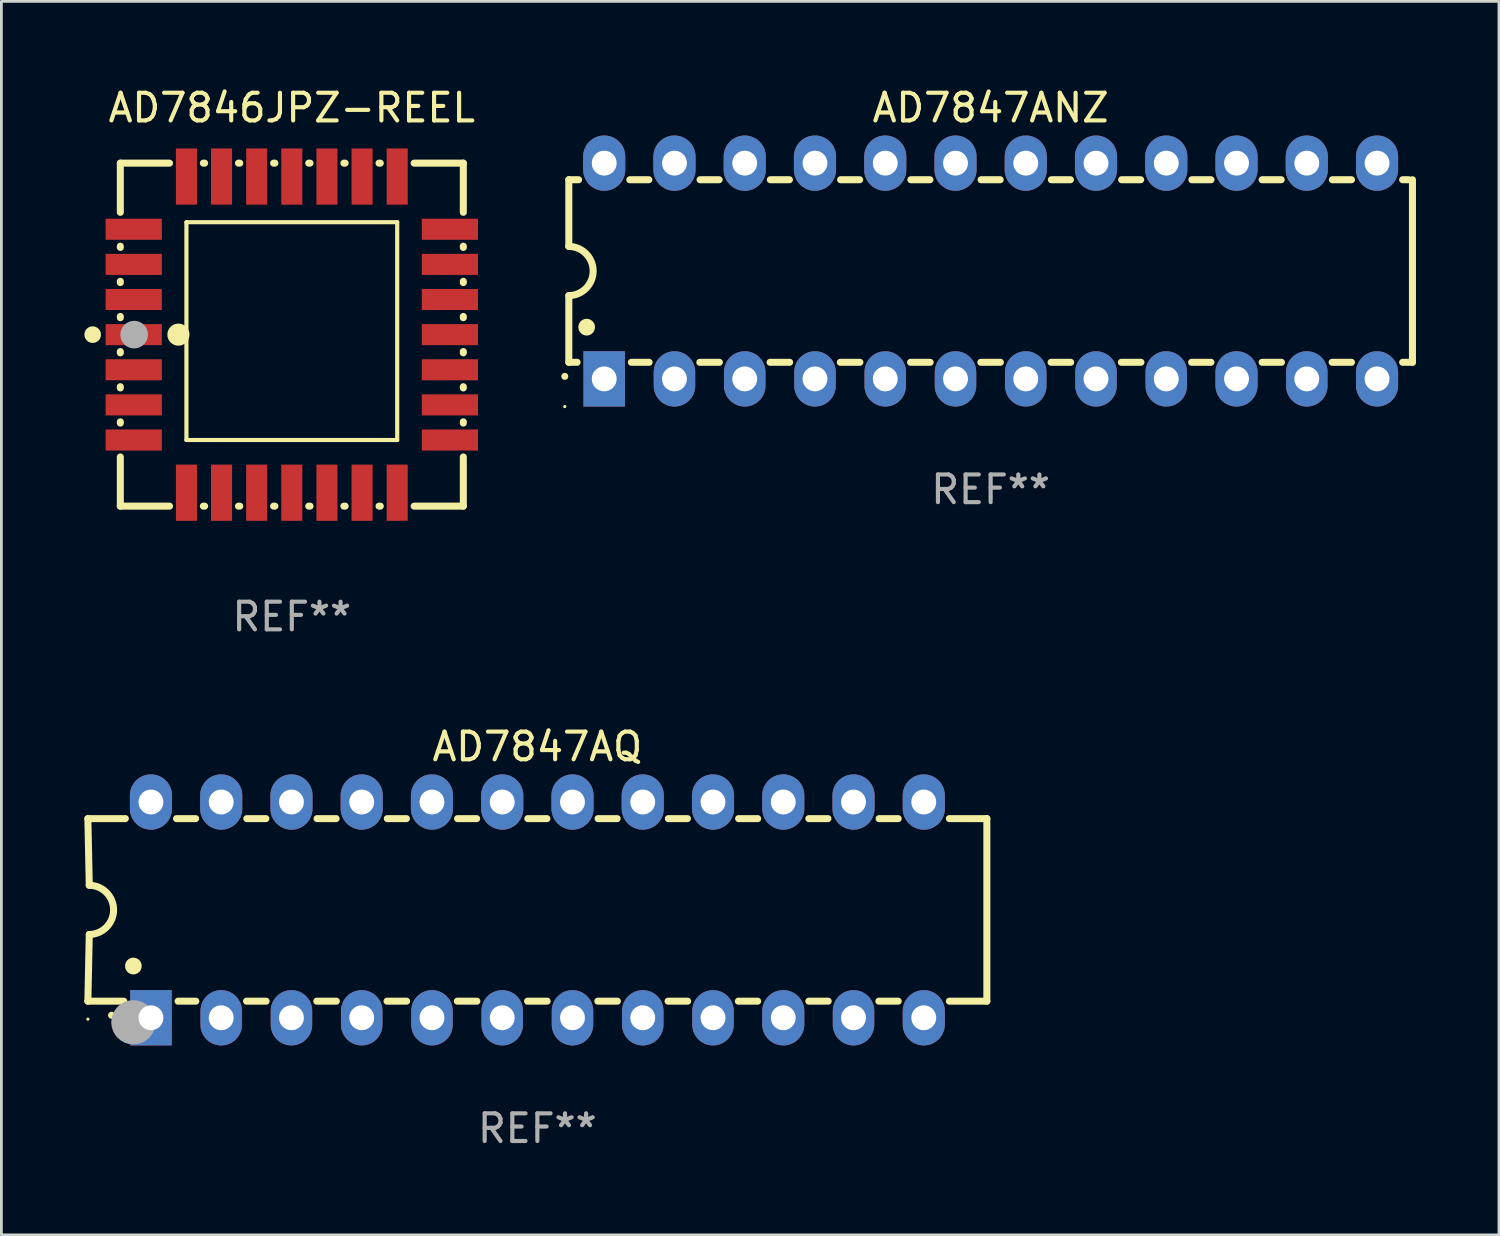
<source format=kicad_pcb>
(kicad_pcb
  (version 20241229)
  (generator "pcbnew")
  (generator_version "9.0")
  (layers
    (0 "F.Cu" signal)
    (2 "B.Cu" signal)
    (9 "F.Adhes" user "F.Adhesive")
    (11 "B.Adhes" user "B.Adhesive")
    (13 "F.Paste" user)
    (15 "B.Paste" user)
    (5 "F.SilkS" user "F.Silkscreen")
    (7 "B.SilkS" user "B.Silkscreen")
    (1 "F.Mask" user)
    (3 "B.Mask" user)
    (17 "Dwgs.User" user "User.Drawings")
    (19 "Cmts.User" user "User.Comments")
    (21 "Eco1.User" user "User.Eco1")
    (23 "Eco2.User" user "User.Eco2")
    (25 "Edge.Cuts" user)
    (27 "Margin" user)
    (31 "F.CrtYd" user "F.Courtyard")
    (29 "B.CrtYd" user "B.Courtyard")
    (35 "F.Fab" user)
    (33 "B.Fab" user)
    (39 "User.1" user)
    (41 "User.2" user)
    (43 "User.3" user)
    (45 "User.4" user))
  (footprint "AD7846JPZ-REEL"
    (layer "F.Cu")
    (at 7.5 9.048)
    (property "Reference" "AD7846JPZ-REEL" (at 0 -8.2 0) (layer "F.SilkS") (effects (font (size 1 1) (thickness 0.15))))
    (attr through_hole)
    (fp_line (start -6.2 -6.2) (end -4.422 -6.2) (stroke (width 0.254) (type solid)) (layer "F.SilkS"))
    (fp_line (start -6.2 -4.422) (end -6.2 -6.2) (stroke (width 0.254) (type solid)) (layer "F.SilkS"))
    (fp_line (start -6.2 -3.152) (end -6.2 -3.198) (stroke (width 0.254) (type solid)) (layer "F.SilkS"))
    (fp_line (start -6.2 -1.882) (end -6.2 -1.928) (stroke (width 0.254) (type solid)) (layer "F.SilkS"))
    (fp_line (start -6.2 -0.612) (end -6.2 -0.658) (stroke (width 0.254) (type solid)) (layer "F.SilkS"))
    (fp_line (start -6.2 0.658) (end -6.2 0.612) (stroke (width 0.254) (type solid)) (layer "F.SilkS"))
    (fp_line (start -6.2 1.928) (end -6.2 1.882) (stroke (width 0.254) (type solid)) (layer "F.SilkS"))
    (fp_line (start -6.2 3.198) (end -6.2 3.152) (stroke (width 0.254) (type solid)) (layer "F.SilkS"))
    (fp_line (start -6.2 6.2) (end -6.2 4.422) (stroke (width 0.254) (type solid)) (layer "F.SilkS"))
    (fp_line (start -4.422 6.2) (end -6.2 6.2) (stroke (width 0.254) (type solid)) (layer "F.SilkS"))
    (fp_line (start -3.81 -4.064) (end 3.81 -4.064) (stroke (width 0.15) (type solid)) (layer "F.SilkS"))
    (fp_line (start -3.81 3.81) (end -3.81 -4.064) (stroke (width 0.15) (type solid)) (layer "F.SilkS"))
    (fp_line (start -3.198 -6.2) (end -3.152 -6.2) (stroke (width 0.254) (type solid)) (layer "F.SilkS"))
    (fp_line (start -3.152 6.2) (end -3.198 6.2) (stroke (width 0.254) (type solid)) (layer "F.SilkS"))
    (fp_line (start -2.54 3.81) (end -3.81 3.81) (stroke (width 0.15) (type solid)) (layer "F.SilkS"))
    (fp_line (start -1.928 -6.2) (end -1.882 -6.2) (stroke (width 0.254) (type solid)) (layer "F.SilkS"))
    (fp_line (start -1.882 6.2) (end -1.928 6.2) (stroke (width 0.254) (type solid)) (layer "F.SilkS"))
    (fp_line (start -0.658 -6.2) (end -0.612 -6.2) (stroke (width 0.254) (type solid)) (layer "F.SilkS"))
    (fp_line (start -0.612 6.2) (end -0.658 6.2) (stroke (width 0.254) (type solid)) (layer "F.SilkS"))
    (fp_line (start 0.612 -6.2) (end 0.658 -6.2) (stroke (width 0.254) (type solid)) (layer "F.SilkS"))
    (fp_line (start 0.658 6.2) (end 0.612 6.2) (stroke (width 0.254) (type solid)) (layer "F.SilkS"))
    (fp_line (start 1.882 -6.2) (end 1.928 -6.2) (stroke (width 0.254) (type solid)) (layer "F.SilkS"))
    (fp_line (start 1.928 6.2) (end 1.882 6.2) (stroke (width 0.254) (type solid)) (layer "F.SilkS"))
    (fp_line (start 3.152 -6.2) (end 3.198 -6.2) (stroke (width 0.254) (type solid)) (layer "F.SilkS"))
    (fp_line (start 3.198 6.2) (end 3.152 6.2) (stroke (width 0.254) (type solid)) (layer "F.SilkS"))
    (fp_line (start 3.81 -4.064) (end 3.81 3.81) (stroke (width 0.15) (type solid)) (layer "F.SilkS"))
    (fp_line (start 3.81 3.81) (end -2.54 3.81) (stroke (width 0.15) (type solid)) (layer "F.SilkS"))
    (fp_line (start 4.422 -6.2) (end 6.2 -6.2) (stroke (width 0.254) (type solid)) (layer "F.SilkS"))
    (fp_line (start 6.2 -6.2) (end 6.2 -4.422) (stroke (width 0.254) (type solid)) (layer "F.SilkS"))
    (fp_line (start 6.2 -3.198) (end 6.2 -3.152) (stroke (width 0.254) (type solid)) (layer "F.SilkS"))
    (fp_line (start 6.2 -1.928) (end 6.2 -1.882) (stroke (width 0.254) (type solid)) (layer "F.SilkS"))
    (fp_line (start 6.2 -0.658) (end 6.2 -0.612) (stroke (width 0.254) (type solid)) (layer "F.SilkS"))
    (fp_line (start 6.2 0.612) (end 6.2 0.658) (stroke (width 0.254) (type solid)) (layer "F.SilkS"))
    (fp_line (start 6.2 1.882) (end 6.2 1.928) (stroke (width 0.254) (type solid)) (layer "F.SilkS"))
    (fp_line (start 6.2 3.152) (end 6.2 3.198) (stroke (width 0.254) (type solid)) (layer "F.SilkS"))
    (fp_line (start 6.2 4.422) (end 6.2 6.2) (stroke (width 0.254) (type solid)) (layer "F.SilkS"))
    (fp_line (start 6.2 6.2) (end 4.422 6.2) (stroke (width 0.254) (type solid)) (layer "F.SilkS"))
    (fp_circle (center -7.2 0) (end -7.05 0) (stroke (width 0.3) (type solid)) (fill no) (layer "F.SilkS"))
    (fp_circle (center -6.223 6.223) (end -6.193 6.223) (stroke (width 0.06) (type solid)) (fill no) (layer "F.SilkS"))
    (fp_circle (center -4.1 0) (end -3.9 0) (stroke (width 0.4) (type solid)) (fill no) (layer "F.SilkS"))
    (fp_circle (center -5.7 0) (end -5.45 0) (stroke (width 0.5) (type solid)) (fill no) (layer "F.Fab"))
    (fp_text user "REF**" (at 0 10.2 0) (layer "F.Fab") (effects (font (size 1 1) (thickness 0.15))))
    (pad "1" smd rect (at -5.715 0) (size 2.032 0.762) (layers "F.Cu" "F.Mask" "F.Paste"))
    (pad "2" smd rect (at -5.715 1.27) (size 2.032 0.762) (layers "F.Cu" "F.Mask" "F.Paste"))
    (pad "3" smd rect (at -5.715 2.54) (size 2.032 0.762) (layers "F.Cu" "F.Mask" "F.Paste"))
    (pad "4" smd rect (at -5.715 3.81) (size 2.032 0.762) (layers "F.Cu" "F.Mask" "F.Paste"))
    (pad "5" smd rect (at -3.81 5.715) (size 0.762 2.032) (layers "F.Cu" "F.Mask" "F.Paste"))
    (pad "6" smd rect (at -2.54 5.715) (size 0.762 2.032) (layers "F.Cu" "F.Mask" "F.Paste"))
    (pad "7" smd rect (at -1.27 5.715) (size 0.762 2.032) (layers "F.Cu" "F.Mask" "F.Paste"))
    (pad "8" smd rect (at 0 5.715) (size 0.762 2.032) (layers "F.Cu" "F.Mask" "F.Paste"))
    (pad "9" smd rect (at 1.27 5.715) (size 0.762 2.032) (layers "F.Cu" "F.Mask" "F.Paste"))
    (pad "10" smd rect (at 2.54 5.715) (size 0.762 2.032) (layers "F.Cu" "F.Mask" "F.Paste"))
    (pad "11" smd rect (at 3.81 5.715) (size 0.762 2.032) (layers "F.Cu" "F.Mask" "F.Paste"))
    (pad "12" smd rect (at 5.715 3.81) (size 2.032 0.762) (layers "F.Cu" "F.Mask" "F.Paste"))
    (pad "13" smd rect (at 5.715 2.54) (size 2.032 0.762) (layers "F.Cu" "F.Mask" "F.Paste"))
    (pad "14" smd rect (at 5.715 1.27) (size 2.032 0.762) (layers "F.Cu" "F.Mask" "F.Paste"))
    (pad "15" smd rect (at 5.715 0) (size 2.032 0.762) (layers "F.Cu" "F.Mask" "F.Paste"))
    (pad "16" smd rect (at 5.715 -1.27) (size 2.032 0.762) (layers "F.Cu" "F.Mask" "F.Paste"))
    (pad "17" smd rect (at 5.715 -2.54) (size 2.032 0.762) (layers "F.Cu" "F.Mask" "F.Paste"))
    (pad "18" smd rect (at 5.715 -3.81) (size 2.032 0.762) (layers "F.Cu" "F.Mask" "F.Paste"))
    (pad "19" smd rect (at 3.81 -5.715) (size 0.762 2.032) (layers "F.Cu" "F.Mask" "F.Paste"))
    (pad "20" smd rect (at 2.54 -5.715) (size 0.762 2.032) (layers "F.Cu" "F.Mask" "F.Paste"))
    (pad "21" smd rect (at 1.27 -5.715) (size 0.762 2.032) (layers "F.Cu" "F.Mask" "F.Paste"))
    (pad "22" smd rect (at 0 -5.715) (size 0.762 2.032) (layers "F.Cu" "F.Mask" "F.Paste"))
    (pad "23" smd rect (at -1.27 -5.715) (size 0.762 2.032) (layers "F.Cu" "F.Mask" "F.Paste"))
    (pad "24" smd rect (at -2.54 -5.715) (size 0.762 2.032) (layers "F.Cu" "F.Mask" "F.Paste"))
    (pad "25" smd rect (at -3.81 -5.715) (size 0.762 2.032) (layers "F.Cu" "F.Mask" "F.Paste"))
    (pad "26" smd rect (at -5.715 -3.81) (size 2.032 0.762) (layers "F.Cu" "F.Mask" "F.Paste"))
    (pad "27" smd rect (at -5.715 -2.54) (size 2.032 0.762) (layers "F.Cu" "F.Mask" "F.Paste"))
    (pad "28" smd rect (at -5.715 -1.27) (size 2.032 0.762) (layers "F.Cu" "F.Mask" "F.Paste")))
  (footprint "AD7847ANZ"
    (layer "F.Cu")
    (at 32.764 6.748)
    (property "Reference" "AD7847ANZ" (at 0 -5.9 0) (layer "F.SilkS") (effects (font (size 1 1) (thickness 0.15))))
    (attr through_hole)
    (fp_line (start -15.25 -3.3) (end -15.25 -0.889) (stroke (width 0.254) (type solid)) (layer "F.SilkS"))
    (fp_line (start -15.25 -3.3) (end -14.895 -3.3) (stroke (width 0.254) (type solid)) (layer "F.SilkS"))
    (fp_line (start -15.25 3.3) (end -15.25 0.889) (stroke (width 0.254) (type solid)) (layer "F.SilkS"))
    (fp_line (start -15.25 3.3) (end -14.951 3.3) (stroke (width 0.254) (type solid)) (layer "F.SilkS"))
    (fp_line (start -13.045 -3.3) (end -12.355 -3.3) (stroke (width 0.254) (type solid)) (layer "F.SilkS"))
    (fp_line (start -12.989 3.3) (end -12.347 3.3) (stroke (width 0.254) (type solid)) (layer "F.SilkS"))
    (fp_line (start -10.514 3.3) (end -9.807 3.3) (stroke (width 0.254) (type solid)) (layer "F.SilkS"))
    (fp_line (start -10.505 -3.3) (end -9.815 -3.3) (stroke (width 0.254) (type solid)) (layer "F.SilkS"))
    (fp_line (start -7.974 3.3) (end -7.267 3.3) (stroke (width 0.254) (type solid)) (layer "F.SilkS"))
    (fp_line (start -7.965 -3.3) (end -7.275 -3.3) (stroke (width 0.254) (type solid)) (layer "F.SilkS"))
    (fp_line (start -5.434 3.3) (end -4.727 3.3) (stroke (width 0.254) (type solid)) (layer "F.SilkS"))
    (fp_line (start -5.425 -3.3) (end -4.735 -3.3) (stroke (width 0.254) (type solid)) (layer "F.SilkS"))
    (fp_line (start -2.894 3.3) (end -2.187 3.3) (stroke (width 0.254) (type solid)) (layer "F.SilkS"))
    (fp_line (start -2.885 -3.3) (end -2.195 -3.3) (stroke (width 0.254) (type solid)) (layer "F.SilkS"))
    (fp_line (start -0.354 3.3) (end 0.353 3.3) (stroke (width 0.254) (type solid)) (layer "F.SilkS"))
    (fp_line (start -0.345 -3.3) (end 0.345 -3.3) (stroke (width 0.254) (type solid)) (layer "F.SilkS"))
    (fp_line (start 2.186 3.3) (end 2.893 3.3) (stroke (width 0.254) (type solid)) (layer "F.SilkS"))
    (fp_line (start 2.195 -3.3) (end 2.885 -3.3) (stroke (width 0.254) (type solid)) (layer "F.SilkS"))
    (fp_line (start 4.726 3.3) (end 5.434 3.3) (stroke (width 0.254) (type solid)) (layer "F.SilkS"))
    (fp_line (start 4.735 -3.3) (end 5.425 -3.3) (stroke (width 0.254) (type solid)) (layer "F.SilkS"))
    (fp_line (start 7.266 3.3) (end 7.965 3.3) (stroke (width 0.254) (type solid)) (layer "F.SilkS"))
    (fp_line (start 7.275 -3.3) (end 7.965 -3.3) (stroke (width 0.254) (type solid)) (layer "F.SilkS"))
    (fp_line (start 9.815 -3.3) (end 10.505 -3.3) (stroke (width 0.254) (type solid)) (layer "F.SilkS"))
    (fp_line (start 9.815 3.3) (end 10.514 3.3) (stroke (width 0.254) (type solid)) (layer "F.SilkS"))
    (fp_line (start 12.346 3.3) (end 13.045 3.3) (stroke (width 0.254) (type solid)) (layer "F.SilkS"))
    (fp_line (start 12.355 -3.3) (end 13.045 -3.3) (stroke (width 0.254) (type solid)) (layer "F.SilkS"))
    (fp_line (start 14.895 -3.3) (end 15.113 -3.3) (stroke (width 0.254) (type solid)) (layer "F.SilkS"))
    (fp_line (start 14.895 3.3) (end 15.25 3.3) (stroke (width 0.254) (type solid)) (layer "F.SilkS"))
    (fp_line (start 15.25 -3.3) (end 15.25 3.3) (stroke (width 0.254) (type solid)) (layer "F.SilkS"))
    (fp_arc (start -15.394971 3.810033) (mid -15.394978 3.808763) (end -15.394971 3.807493) (stroke (width 0.25) (type solid)) (layer "F.SilkS"))
    (fp_arc (start -15.251053 -0.890146) (mid -14.361467 -0.001067) (end -15.250038 0.889027) (stroke (width 0.254001) (type solid)) (layer "F.SilkS"))
    (fp_arc (start -14.605029 2.032029) (mid -14.60504 2.029489) (end -14.605029 2.026949) (stroke (width 0.6) (type solid)) (layer "F.SilkS"))
    (fp_circle (center -15.395 4.9) (end -15.365 4.9) (stroke (width 0.06) (type solid)) (fill no) (layer "F.SilkS"))
    (fp_text user "REF**" (at 0 7.9 0) (layer "F.Fab") (effects (font (size 1 1) (thickness 0.15))))
    (pad "1" thru_hole rect (at -13.97 3.9 90) (size 2 1.5) (drill 0.9) (layers "*.Cu" "*.Mask"))
    (pad "2" thru_hole oval (at -11.43 3.9 90) (size 2 1.5) (drill 0.9) (layers "*.Cu" "*.Mask"))
    (pad "3" thru_hole oval (at -8.89 3.9 90) (size 2 1.5) (drill 0.9) (layers "*.Cu" "*.Mask"))
    (pad "4" thru_hole oval (at -6.35 3.9 90) (size 2 1.5) (drill 0.9) (layers "*.Cu" "*.Mask"))
    (pad "5" thru_hole oval (at -3.81 3.9 90) (size 2 1.5) (drill 0.9) (layers "*.Cu" "*.Mask"))
    (pad "6" thru_hole oval (at -1.27 3.9 90) (size 2 1.5) (drill 0.9) (layers "*.Cu" "*.Mask"))
    (pad "7" thru_hole oval (at 1.27 3.9 90) (size 2 1.5) (drill 0.9) (layers "*.Cu" "*.Mask"))
    (pad "8" thru_hole oval (at 3.81 3.9 90) (size 2 1.5) (drill 0.9) (layers "*.Cu" "*.Mask"))
    (pad "9" thru_hole oval (at 6.35 3.9 90) (size 2 1.5) (drill 0.9) (layers "*.Cu" "*.Mask"))
    (pad "10" thru_hole oval (at 8.89 3.9 90) (size 2 1.524) (drill 0.9) (layers "*.Cu" "*.Mask"))
    (pad "11" thru_hole oval (at 11.43 3.9 90) (size 2 1.5) (drill 0.9) (layers "*.Cu" "*.Mask"))
    (pad "12" thru_hole oval (at 13.97 3.9 90) (size 2 1.524) (drill 0.9) (layers "*.Cu" "*.Mask"))
    (pad "13" thru_hole oval (at 13.97 -3.9 90) (size 2 1.524) (drill 0.9) (layers "*.Cu" "*.Mask"))
    (pad "14" thru_hole oval (at 11.43 -3.9 90) (size 2 1.524) (drill 0.9) (layers "*.Cu" "*.Mask"))
    (pad "15" thru_hole oval (at 8.89 -3.9 90) (size 2 1.524) (drill 0.9) (layers "*.Cu" "*.Mask"))
    (pad "16" thru_hole oval (at 6.35 -3.9 90) (size 2 1.524) (drill 0.9) (layers "*.Cu" "*.Mask"))
    (pad "17" thru_hole oval (at 3.81 -3.9 90) (size 2 1.524) (drill 0.9) (layers "*.Cu" "*.Mask"))
    (pad "18" thru_hole oval (at 1.27 -3.9 90) (size 2 1.524) (drill 0.9) (layers "*.Cu" "*.Mask"))
    (pad "19" thru_hole oval (at -1.27 -3.9 90) (size 2 1.524) (drill 0.9) (layers "*.Cu" "*.Mask"))
    (pad "20" thru_hole oval (at -3.81 -3.9 90) (size 2 1.524) (drill 0.9) (layers "*.Cu" "*.Mask"))
    (pad "21" thru_hole oval (at -6.35 -3.9 90) (size 2 1.524) (drill 0.9) (layers "*.Cu" "*.Mask"))
    (pad "22" thru_hole oval (at -8.89 -3.9 90) (size 2 1.524) (drill 0.9) (layers "*.Cu" "*.Mask"))
    (pad "23" thru_hole oval (at -11.43 -3.9 90) (size 2 1.524) (drill 0.9) (layers "*.Cu" "*.Mask"))
    (pad "24" thru_hole oval (at -13.97 -3.9 90) (size 2 1.524) (drill 0.9) (layers "*.Cu" "*.Mask")))
  (footprint "AD7847AQ"
    (layer "F.Cu")
    (at 16.377 29.845)
    (property "Reference" "AD7847AQ" (at 0 -5.9 0) (layer "F.SilkS") (effects (font (size 1 1) (thickness 0.15))))
    (attr through_hole)
    (fp_line (start -16.25 -3.3) (end -16.2 -0.889) (stroke (width 0.254) (type solid)) (layer "F.SilkS"))
    (fp_line (start -16.25 -3.3) (end -14.895 -3.3) (stroke (width 0.254) (type solid)) (layer "F.SilkS"))
    (fp_line (start -16.25 3.3) (end -16.2 0.889) (stroke (width 0.254) (type solid)) (layer "F.SilkS"))
    (fp_line (start -16.25 3.3) (end -14.951 3.3) (stroke (width 0.254) (type solid)) (layer "F.SilkS"))
    (fp_line (start -13.045 -3.3) (end -12.355 -3.3) (stroke (width 0.254) (type solid)) (layer "F.SilkS"))
    (fp_line (start -12.989 3.3) (end -12.347 3.3) (stroke (width 0.254) (type solid)) (layer "F.SilkS"))
    (fp_line (start -10.514 3.3) (end -9.807 3.3) (stroke (width 0.254) (type solid)) (layer "F.SilkS"))
    (fp_line (start -10.505 -3.3) (end -9.815 -3.3) (stroke (width 0.254) (type solid)) (layer "F.SilkS"))
    (fp_line (start -7.974 3.3) (end -7.267 3.3) (stroke (width 0.254) (type solid)) (layer "F.SilkS"))
    (fp_line (start -7.965 -3.3) (end -7.275 -3.3) (stroke (width 0.254) (type solid)) (layer "F.SilkS"))
    (fp_line (start -5.434 3.3) (end -4.727 3.3) (stroke (width 0.254) (type solid)) (layer "F.SilkS"))
    (fp_line (start -5.425 -3.3) (end -4.735 -3.3) (stroke (width 0.254) (type solid)) (layer "F.SilkS"))
    (fp_line (start -2.894 3.3) (end -2.187 3.3) (stroke (width 0.254) (type solid)) (layer "F.SilkS"))
    (fp_line (start -2.885 -3.3) (end -2.195 -3.3) (stroke (width 0.254) (type solid)) (layer "F.SilkS"))
    (fp_line (start -0.354 3.3) (end 0.353 3.3) (stroke (width 0.254) (type solid)) (layer "F.SilkS"))
    (fp_line (start -0.345 -3.3) (end 0.345 -3.3) (stroke (width 0.254) (type solid)) (layer "F.SilkS"))
    (fp_line (start 2.186 3.3) (end 2.893 3.3) (stroke (width 0.254) (type solid)) (layer "F.SilkS"))
    (fp_line (start 2.195 -3.3) (end 2.885 -3.3) (stroke (width 0.254) (type solid)) (layer "F.SilkS"))
    (fp_line (start 4.726 3.3) (end 5.434 3.3) (stroke (width 0.254) (type solid)) (layer "F.SilkS"))
    (fp_line (start 4.735 -3.3) (end 5.425 -3.3) (stroke (width 0.254) (type solid)) (layer "F.SilkS"))
    (fp_line (start 7.266 3.3) (end 7.965 3.3) (stroke (width 0.254) (type solid)) (layer "F.SilkS"))
    (fp_line (start 7.275 -3.3) (end 7.965 -3.3) (stroke (width 0.254) (type solid)) (layer "F.SilkS"))
    (fp_line (start 9.815 -3.3) (end 10.505 -3.3) (stroke (width 0.254) (type solid)) (layer "F.SilkS"))
    (fp_line (start 9.815 3.3) (end 10.514 3.3) (stroke (width 0.254) (type solid)) (layer "F.SilkS"))
    (fp_line (start 12.346 3.3) (end 13.045 3.3) (stroke (width 0.254) (type solid)) (layer "F.SilkS"))
    (fp_line (start 12.355 -3.3) (end 13.045 -3.3) (stroke (width 0.254) (type solid)) (layer "F.SilkS"))
    (fp_line (start 16.25 -3.3) (end 14.895 -3.3) (stroke (width 0.254) (type solid)) (layer "F.SilkS"))
    (fp_line (start 16.25 -3.3) (end 16.25 3.3) (stroke (width 0.254) (type solid)) (layer "F.SilkS"))
    (fp_line (start 16.25 3.3) (end 14.895 3.3) (stroke (width 0.254) (type solid)) (layer "F.SilkS"))
    (fp_arc (start -16.201016 -0.890146) (mid -15.311429 -0.001055) (end -16.200025 0.889027) (stroke (width 0.254001) (type solid)) (layer "F.SilkS"))
    (fp_arc (start -15.394971 3.810033) (mid -15.394978 3.808763) (end -15.394971 3.807493) (stroke (width 0.25) (type solid)) (layer "F.SilkS"))
    (fp_arc (start -14.605029 2.032029) (mid -14.60504 2.029489) (end -14.605029 2.026949) (stroke (width 0.6) (type solid)) (layer "F.SilkS"))
    (fp_circle (center -16.25 3.95) (end -16.22 3.95) (stroke (width 0.06) (type solid)) (fill no) (layer "F.SilkS"))
    (fp_circle (center -14.605 4.064) (end -14.205 4.064) (stroke (width 0.8) (type solid)) (fill no) (layer "F.Fab"))
    (fp_text user "REF**" (at 0 7.9 0) (layer "F.Fab") (effects (font (size 1 1) (thickness 0.15))))
    (pad "1" thru_hole rect (at -13.97 3.9 90) (size 2 1.5) (drill 0.9) (layers "*.Cu" "*.Mask"))
    (pad "2" thru_hole oval (at -11.43 3.9 90) (size 2 1.5) (drill 0.9) (layers "*.Cu" "*.Mask"))
    (pad "3" thru_hole oval (at -8.89 3.9 90) (size 2 1.5) (drill 0.9) (layers "*.Cu" "*.Mask"))
    (pad "4" thru_hole oval (at -6.35 3.9 90) (size 2 1.5) (drill 0.9) (layers "*.Cu" "*.Mask"))
    (pad "5" thru_hole oval (at -3.81 3.9 90) (size 2 1.5) (drill 0.9) (layers "*.Cu" "*.Mask"))
    (pad "6" thru_hole oval (at -1.27 3.9 90) (size 2 1.5) (drill 0.9) (layers "*.Cu" "*.Mask"))
    (pad "7" thru_hole oval (at 1.27 3.9 90) (size 2 1.5) (drill 0.9) (layers "*.Cu" "*.Mask"))
    (pad "8" thru_hole oval (at 3.81 3.9 90) (size 2 1.5) (drill 0.9) (layers "*.Cu" "*.Mask"))
    (pad "9" thru_hole oval (at 6.35 3.9 90) (size 2 1.5) (drill 0.9) (layers "*.Cu" "*.Mask"))
    (pad "10" thru_hole oval (at 8.89 3.9 90) (size 2 1.524) (drill 0.9) (layers "*.Cu" "*.Mask"))
    (pad "11" thru_hole oval (at 11.43 3.9 90) (size 2 1.5) (drill 0.9) (layers "*.Cu" "*.Mask"))
    (pad "12" thru_hole oval (at 13.97 3.9 90) (size 2 1.524) (drill 0.9) (layers "*.Cu" "*.Mask"))
    (pad "13" thru_hole oval (at 13.97 -3.9 90) (size 2 1.524) (drill 0.9) (layers "*.Cu" "*.Mask"))
    (pad "14" thru_hole oval (at 11.43 -3.9 90) (size 2 1.524) (drill 0.9) (layers "*.Cu" "*.Mask"))
    (pad "15" thru_hole oval (at 8.89 -3.9 90) (size 2 1.524) (drill 0.9) (layers "*.Cu" "*.Mask"))
    (pad "16" thru_hole oval (at 6.35 -3.9 90) (size 2 1.524) (drill 0.9) (layers "*.Cu" "*.Mask"))
    (pad "17" thru_hole oval (at 3.81 -3.9 90) (size 2 1.524) (drill 0.9) (layers "*.Cu" "*.Mask"))
    (pad "18" thru_hole oval (at 1.27 -3.9 90) (size 2 1.524) (drill 0.9) (layers "*.Cu" "*.Mask"))
    (pad "19" thru_hole oval (at -1.27 -3.9 90) (size 2 1.524) (drill 0.9) (layers "*.Cu" "*.Mask"))
    (pad "20" thru_hole oval (at -3.81 -3.9 90) (size 2 1.524) (drill 0.9) (layers "*.Cu" "*.Mask"))
    (pad "21" thru_hole oval (at -6.35 -3.9 90) (size 2 1.524) (drill 0.9) (layers "*.Cu" "*.Mask"))
    (pad "22" thru_hole oval (at -8.89 -3.9 90) (size 2 1.524) (drill 0.9) (layers "*.Cu" "*.Mask"))
    (pad "23" thru_hole oval (at -11.43 -3.9 90) (size 2 1.524) (drill 0.9) (layers "*.Cu" "*.Mask"))
    (pad "24" thru_hole oval (at -13.97 -3.9 90) (size 2 1.524) (drill 0.9) (layers "*.Cu" "*.Mask")))
  (gr_rect
    (start -3 -3)
    (end 51.141 41.593)
    (stroke (width 0.1) (type default))
    (fill no)
    (layer "Edge.Cuts")))
</source>
